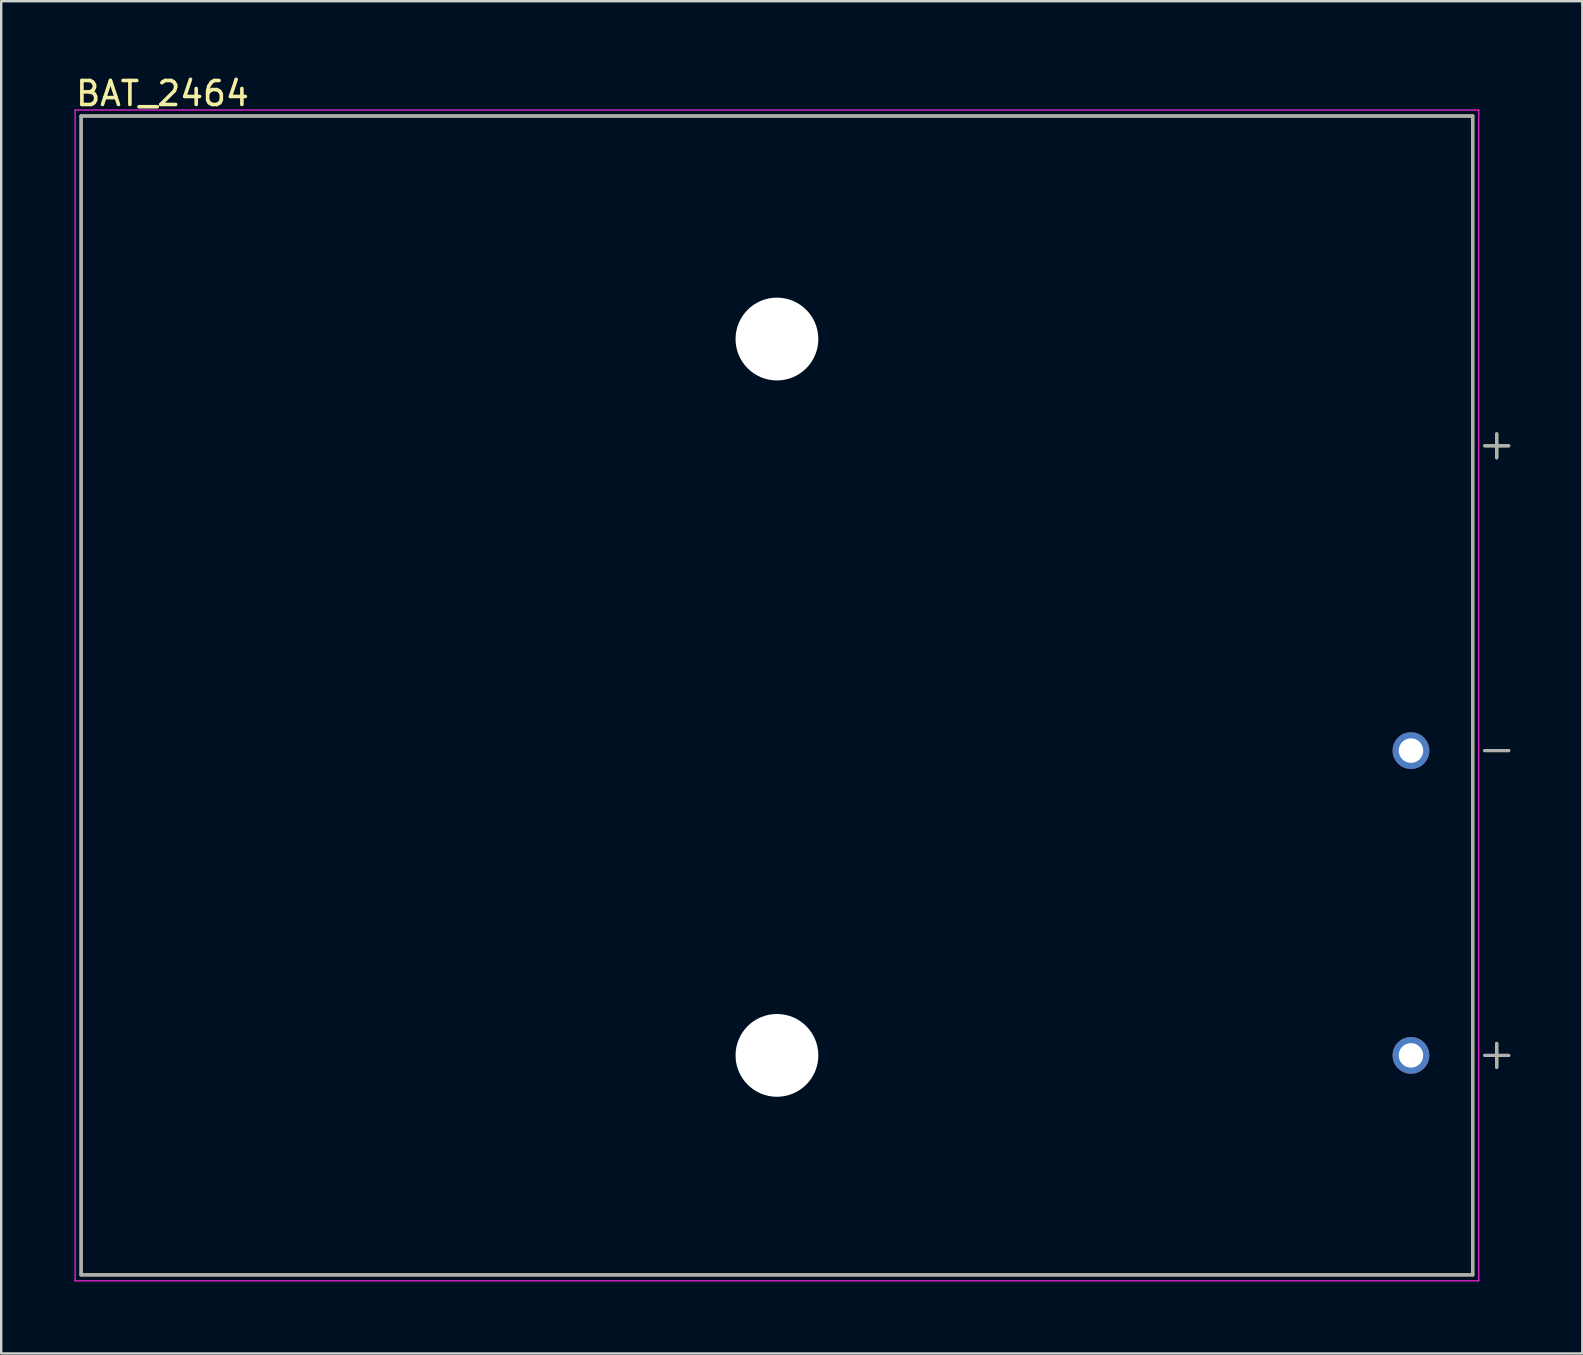
<source format=kicad_pcb>
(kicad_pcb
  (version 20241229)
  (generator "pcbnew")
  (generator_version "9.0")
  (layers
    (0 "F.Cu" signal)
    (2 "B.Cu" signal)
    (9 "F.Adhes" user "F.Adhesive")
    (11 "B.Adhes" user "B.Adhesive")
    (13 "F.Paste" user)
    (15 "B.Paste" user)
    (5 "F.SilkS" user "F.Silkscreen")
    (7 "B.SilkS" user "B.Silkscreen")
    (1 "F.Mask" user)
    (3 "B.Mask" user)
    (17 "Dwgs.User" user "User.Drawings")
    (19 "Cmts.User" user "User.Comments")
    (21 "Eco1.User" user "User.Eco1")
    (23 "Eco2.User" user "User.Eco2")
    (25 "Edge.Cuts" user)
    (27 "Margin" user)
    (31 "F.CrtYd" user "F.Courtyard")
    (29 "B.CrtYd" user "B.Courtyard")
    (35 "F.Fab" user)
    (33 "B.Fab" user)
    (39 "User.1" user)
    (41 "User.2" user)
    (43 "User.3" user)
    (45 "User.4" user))
  (footprint "BAT_2464"
    (layer "F.Cu")
    (at 29.325 25.928)
    (property "Reference" "BAT_2464" (at -25.605 -25.08 0) (layer "F.SilkS") (effects (font (size 1 1) (thickness 0.15))))
    (attr through_hole)
    (fp_line (start -28.995 -24.145) (end 28.995 -24.145) (stroke (width 0.127) (type solid)) (layer "F.SilkS"))
    (fp_line (start -28.995 24.145) (end -28.995 -24.145) (stroke (width 0.127) (type solid)) (layer "F.SilkS"))
    (fp_line (start 28.995 -24.145) (end 28.995 24.145) (stroke (width 0.127) (type solid)) (layer "F.SilkS"))
    (fp_line (start 28.995 24.145) (end -28.995 24.145) (stroke (width 0.127) (type solid)) (layer "F.SilkS"))
    (fp_line (start 29.495 -10.4) (end 30.495 -10.4) (stroke (width 0.127) (type solid)) (layer "F.SilkS"))
    (fp_line (start 29.495 2.3) (end 30.495 2.3) (stroke (width 0.127) (type solid)) (layer "F.SilkS"))
    (fp_line (start 29.495 15) (end 30.495 15) (stroke (width 0.127) (type solid)) (layer "F.SilkS"))
    (fp_line (start 29.995 -10.9) (end 29.995 -9.9) (stroke (width 0.127) (type solid)) (layer "F.SilkS"))
    (fp_line (start 29.995 14.5) (end 29.995 15.5) (stroke (width 0.127) (type solid)) (layer "F.SilkS"))
    (fp_line (start -29.245 -24.395) (end 29.245 -24.395) (stroke (width 0.05) (type solid)) (layer "F.CrtYd"))
    (fp_line (start -29.245 24.395) (end -29.245 -24.395) (stroke (width 0.05) (type solid)) (layer "F.CrtYd"))
    (fp_line (start 29.245 -24.395) (end 29.245 24.395) (stroke (width 0.05) (type solid)) (layer "F.CrtYd"))
    (fp_line (start 29.245 24.395) (end -29.245 24.395) (stroke (width 0.05) (type solid)) (layer "F.CrtYd"))
    (fp_line (start -28.995 -24.145) (end 28.995 -24.145) (stroke (width 0.127) (type solid)) (layer "F.Fab"))
    (fp_line (start -28.995 24.145) (end -28.995 -24.145) (stroke (width 0.127) (type solid)) (layer "F.Fab"))
    (fp_line (start 28.995 -24.145) (end 28.995 24.145) (stroke (width 0.127) (type solid)) (layer "F.Fab"))
    (fp_line (start 28.995 24.145) (end -28.995 24.145) (stroke (width 0.127) (type solid)) (layer "F.Fab"))
    (fp_line (start 29.495 -10.4) (end 30.495 -10.4) (stroke (width 0.127) (type solid)) (layer "F.Fab"))
    (fp_line (start 29.495 2.3) (end 30.495 2.3) (stroke (width 0.127) (type solid)) (layer "F.Fab"))
    (fp_line (start 29.495 15) (end 30.495 15) (stroke (width 0.127) (type solid)) (layer "F.Fab"))
    (fp_line (start 29.995 -10.9) (end 29.995 -9.9) (stroke (width 0.127) (type solid)) (layer "F.Fab"))
    (fp_line (start 29.995 14.5) (end 29.995 15.5) (stroke (width 0.127) (type solid)) (layer "F.Fab"))
    (pad "" np_thru_hole circle (at 0 -14.85) (size 3.45 3.45) (drill 3.45) (layers "*.Cu" "*.Mask"))
    (pad "" np_thru_hole circle (at 0 15) (size 3.45 3.45) (drill 3.45) (layers "*.Cu" "*.Mask"))
    (pad "N" thru_hole circle (at 26.42 2.3) (size 1.53 1.53) (drill 1.02) (layers "*.Cu" "*.Mask"))
    (pad "P" thru_hole circle (at 26.42 15) (size 1.53 1.53) (drill 1.02) (layers "*.Cu" "*.Mask")))
  (gr_rect
    (start -3 -3)
    (end 62.884 53.348)
    (stroke (width 0.1) (type default))
    (fill no)
    (layer "Edge.Cuts")))
</source>
